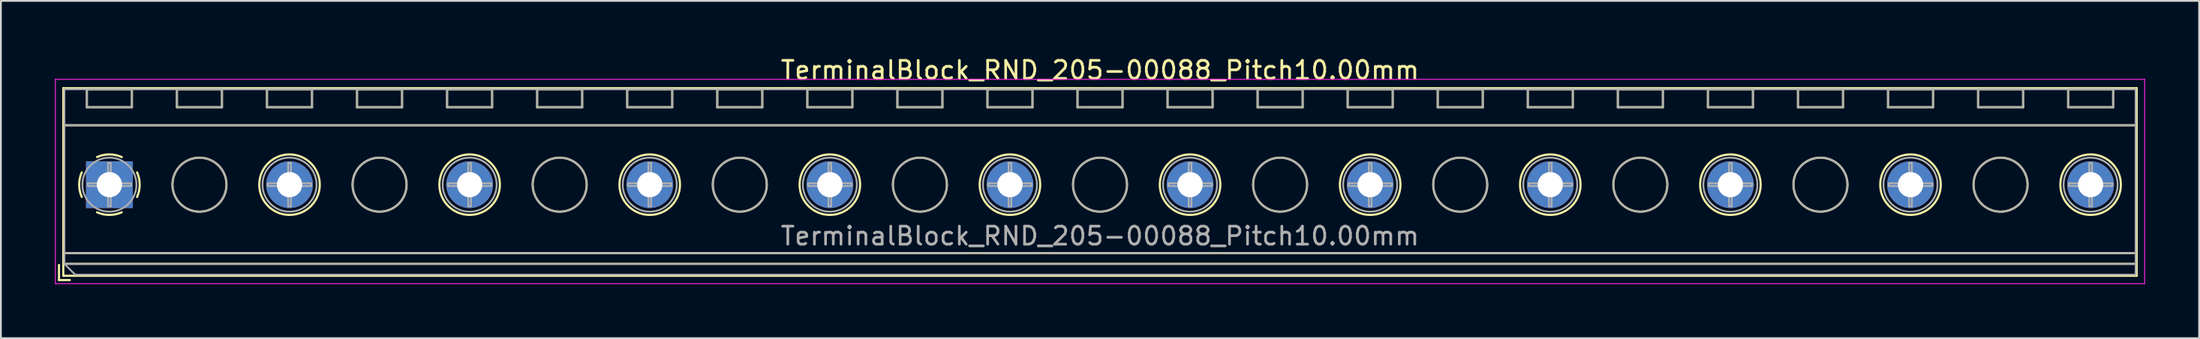
<source format=kicad_pcb>
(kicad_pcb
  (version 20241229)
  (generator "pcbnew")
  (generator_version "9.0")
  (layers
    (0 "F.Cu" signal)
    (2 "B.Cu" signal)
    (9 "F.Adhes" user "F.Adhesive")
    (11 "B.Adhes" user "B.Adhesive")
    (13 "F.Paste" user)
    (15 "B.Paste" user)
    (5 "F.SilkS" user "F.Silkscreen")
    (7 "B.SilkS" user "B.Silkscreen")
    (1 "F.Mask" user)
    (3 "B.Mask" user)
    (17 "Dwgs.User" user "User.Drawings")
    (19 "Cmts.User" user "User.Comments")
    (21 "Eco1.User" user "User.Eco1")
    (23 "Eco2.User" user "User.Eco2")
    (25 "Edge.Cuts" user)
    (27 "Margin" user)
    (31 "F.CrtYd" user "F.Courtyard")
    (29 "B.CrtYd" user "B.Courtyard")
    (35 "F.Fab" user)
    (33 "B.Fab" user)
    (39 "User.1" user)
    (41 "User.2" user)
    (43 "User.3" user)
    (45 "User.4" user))
  (footprint "TerminalBlock_RND_205-00088_Pitch10.00mm"
    (layer "F.Cu")
    (at 3.025 7.208)
    (property "Reference" "TerminalBlock_RND_205-00088_Pitch10.00mm" (at 55 -6.36 0) (layer "F.SilkS") (effects (font (size 1 1) (thickness 0.15))))
    (attr through_hole)
    (fp_line (start -2.8 4.46) (end -2.8 5.3) (stroke (width 0.12) (type solid)) (layer "F.SilkS"))
    (fp_line (start -2.8 5.3) (end -2.2 5.3) (stroke (width 0.12) (type solid)) (layer "F.SilkS"))
    (fp_line (start -2.56 -5.36) (end -2.56 5.06) (stroke (width 0.12) (type solid)) (layer "F.SilkS"))
    (fp_line (start -2.56 -3.3) (end 112.56 -3.3) (stroke (width 0.12) (type solid)) (layer "F.SilkS"))
    (fp_line (start -2.56 3.8) (end 112.56 3.8) (stroke (width 0.12) (type solid)) (layer "F.SilkS"))
    (fp_line (start -2.56 4.4) (end 112.56 4.4) (stroke (width 0.12) (type solid)) (layer "F.SilkS"))
    (fp_line (start -2.56 5.06) (end 112.56 5.06) (stroke (width 0.12) (type solid)) (layer "F.SilkS"))
    (fp_line (start -1.25 -5.301) (end -1.25 -4.301) (stroke (width 0.12) (type solid)) (layer "F.SilkS"))
    (fp_line (start -1.25 -5.301) (end 1.25 -5.301) (stroke (width 0.12) (type solid)) (layer "F.SilkS"))
    (fp_line (start -1.25 -4.301) (end 1.25 -4.301) (stroke (width 0.12) (type solid)) (layer "F.SilkS"))
    (fp_line (start 1.25 -5.301) (end 1.25 -4.301) (stroke (width 0.12) (type solid)) (layer "F.SilkS"))
    (fp_line (start 3.75 -5.301) (end 3.75 -4.301) (stroke (width 0.12) (type solid)) (layer "F.SilkS"))
    (fp_line (start 3.75 -5.301) (end 6.25 -5.301) (stroke (width 0.12) (type solid)) (layer "F.SilkS"))
    (fp_line (start 3.75 -4.301) (end 6.25 -4.301) (stroke (width 0.12) (type solid)) (layer "F.SilkS"))
    (fp_line (start 6.25 -5.301) (end 6.25 -4.301) (stroke (width 0.12) (type solid)) (layer "F.SilkS"))
    (fp_line (start 8.75 -5.301) (end 8.75 -4.301) (stroke (width 0.12) (type solid)) (layer "F.SilkS"))
    (fp_line (start 8.75 -5.301) (end 11.25 -5.301) (stroke (width 0.12) (type solid)) (layer "F.SilkS"))
    (fp_line (start 8.75 -4.301) (end 11.25 -4.301) (stroke (width 0.12) (type solid)) (layer "F.SilkS"))
    (fp_line (start 11.25 -5.301) (end 11.25 -4.301) (stroke (width 0.12) (type solid)) (layer "F.SilkS"))
    (fp_line (start 13.75 -5.301) (end 13.75 -4.301) (stroke (width 0.12) (type solid)) (layer "F.SilkS"))
    (fp_line (start 13.75 -5.301) (end 16.25 -5.301) (stroke (width 0.12) (type solid)) (layer "F.SilkS"))
    (fp_line (start 13.75 -4.301) (end 16.25 -4.301) (stroke (width 0.12) (type solid)) (layer "F.SilkS"))
    (fp_line (start 16.25 -5.301) (end 16.25 -4.301) (stroke (width 0.12) (type solid)) (layer "F.SilkS"))
    (fp_line (start 18.75 -5.301) (end 18.75 -4.301) (stroke (width 0.12) (type solid)) (layer "F.SilkS"))
    (fp_line (start 18.75 -5.301) (end 21.25 -5.301) (stroke (width 0.12) (type solid)) (layer "F.SilkS"))
    (fp_line (start 18.75 -4.301) (end 21.25 -4.301) (stroke (width 0.12) (type solid)) (layer "F.SilkS"))
    (fp_line (start 21.25 -5.301) (end 21.25 -4.301) (stroke (width 0.12) (type solid)) (layer "F.SilkS"))
    (fp_line (start 23.75 -5.301) (end 23.75 -4.301) (stroke (width 0.12) (type solid)) (layer "F.SilkS"))
    (fp_line (start 23.75 -5.301) (end 26.25 -5.301) (stroke (width 0.12) (type solid)) (layer "F.SilkS"))
    (fp_line (start 23.75 -4.301) (end 26.25 -4.301) (stroke (width 0.12) (type solid)) (layer "F.SilkS"))
    (fp_line (start 26.25 -5.301) (end 26.25 -4.301) (stroke (width 0.12) (type solid)) (layer "F.SilkS"))
    (fp_line (start 28.75 -5.301) (end 28.75 -4.301) (stroke (width 0.12) (type solid)) (layer "F.SilkS"))
    (fp_line (start 28.75 -5.301) (end 31.25 -5.301) (stroke (width 0.12) (type solid)) (layer "F.SilkS"))
    (fp_line (start 28.75 -4.301) (end 31.25 -4.301) (stroke (width 0.12) (type solid)) (layer "F.SilkS"))
    (fp_line (start 31.25 -5.301) (end 31.25 -4.301) (stroke (width 0.12) (type solid)) (layer "F.SilkS"))
    (fp_line (start 33.75 -5.301) (end 33.75 -4.301) (stroke (width 0.12) (type solid)) (layer "F.SilkS"))
    (fp_line (start 33.75 -5.301) (end 36.25 -5.301) (stroke (width 0.12) (type solid)) (layer "F.SilkS"))
    (fp_line (start 33.75 -4.301) (end 36.25 -4.301) (stroke (width 0.12) (type solid)) (layer "F.SilkS"))
    (fp_line (start 36.25 -5.301) (end 36.25 -4.301) (stroke (width 0.12) (type solid)) (layer "F.SilkS"))
    (fp_line (start 38.75 -5.301) (end 38.75 -4.301) (stroke (width 0.12) (type solid)) (layer "F.SilkS"))
    (fp_line (start 38.75 -5.301) (end 41.25 -5.301) (stroke (width 0.12) (type solid)) (layer "F.SilkS"))
    (fp_line (start 38.75 -4.301) (end 41.25 -4.301) (stroke (width 0.12) (type solid)) (layer "F.SilkS"))
    (fp_line (start 41.25 -5.301) (end 41.25 -4.301) (stroke (width 0.12) (type solid)) (layer "F.SilkS"))
    (fp_line (start 43.75 -5.301) (end 43.75 -4.301) (stroke (width 0.12) (type solid)) (layer "F.SilkS"))
    (fp_line (start 43.75 -5.301) (end 46.25 -5.301) (stroke (width 0.12) (type solid)) (layer "F.SilkS"))
    (fp_line (start 43.75 -4.301) (end 46.25 -4.301) (stroke (width 0.12) (type solid)) (layer "F.SilkS"))
    (fp_line (start 46.25 -5.301) (end 46.25 -4.301) (stroke (width 0.12) (type solid)) (layer "F.SilkS"))
    (fp_line (start 48.75 -5.301) (end 48.75 -4.301) (stroke (width 0.12) (type solid)) (layer "F.SilkS"))
    (fp_line (start 48.75 -5.301) (end 51.25 -5.301) (stroke (width 0.12) (type solid)) (layer "F.SilkS"))
    (fp_line (start 48.75 -4.301) (end 51.25 -4.301) (stroke (width 0.12) (type solid)) (layer "F.SilkS"))
    (fp_line (start 51.25 -5.301) (end 51.25 -4.301) (stroke (width 0.12) (type solid)) (layer "F.SilkS"))
    (fp_line (start 53.75 -5.301) (end 53.75 -4.301) (stroke (width 0.12) (type solid)) (layer "F.SilkS"))
    (fp_line (start 53.75 -5.301) (end 56.25 -5.301) (stroke (width 0.12) (type solid)) (layer "F.SilkS"))
    (fp_line (start 53.75 -4.301) (end 56.25 -4.301) (stroke (width 0.12) (type solid)) (layer "F.SilkS"))
    (fp_line (start 56.25 -5.301) (end 56.25 -4.301) (stroke (width 0.12) (type solid)) (layer "F.SilkS"))
    (fp_line (start 58.75 -5.301) (end 58.75 -4.301) (stroke (width 0.12) (type solid)) (layer "F.SilkS"))
    (fp_line (start 58.75 -5.301) (end 61.25 -5.301) (stroke (width 0.12) (type solid)) (layer "F.SilkS"))
    (fp_line (start 58.75 -4.301) (end 61.25 -4.301) (stroke (width 0.12) (type solid)) (layer "F.SilkS"))
    (fp_line (start 61.25 -5.301) (end 61.25 -4.301) (stroke (width 0.12) (type solid)) (layer "F.SilkS"))
    (fp_line (start 63.75 -5.301) (end 63.75 -4.301) (stroke (width 0.12) (type solid)) (layer "F.SilkS"))
    (fp_line (start 63.75 -5.301) (end 66.25 -5.301) (stroke (width 0.12) (type solid)) (layer "F.SilkS"))
    (fp_line (start 63.75 -4.301) (end 66.25 -4.301) (stroke (width 0.12) (type solid)) (layer "F.SilkS"))
    (fp_line (start 66.25 -5.301) (end 66.25 -4.301) (stroke (width 0.12) (type solid)) (layer "F.SilkS"))
    (fp_line (start 68.75 -5.301) (end 68.75 -4.301) (stroke (width 0.12) (type solid)) (layer "F.SilkS"))
    (fp_line (start 68.75 -5.301) (end 71.25 -5.301) (stroke (width 0.12) (type solid)) (layer "F.SilkS"))
    (fp_line (start 68.75 -4.301) (end 71.25 -4.301) (stroke (width 0.12) (type solid)) (layer "F.SilkS"))
    (fp_line (start 71.25 -5.301) (end 71.25 -4.301) (stroke (width 0.12) (type solid)) (layer "F.SilkS"))
    (fp_line (start 73.75 -5.301) (end 73.75 -4.301) (stroke (width 0.12) (type solid)) (layer "F.SilkS"))
    (fp_line (start 73.75 -5.301) (end 76.25 -5.301) (stroke (width 0.12) (type solid)) (layer "F.SilkS"))
    (fp_line (start 73.75 -4.301) (end 76.25 -4.301) (stroke (width 0.12) (type solid)) (layer "F.SilkS"))
    (fp_line (start 76.25 -5.301) (end 76.25 -4.301) (stroke (width 0.12) (type solid)) (layer "F.SilkS"))
    (fp_line (start 78.75 -5.301) (end 78.75 -4.301) (stroke (width 0.12) (type solid)) (layer "F.SilkS"))
    (fp_line (start 78.75 -5.301) (end 81.25 -5.301) (stroke (width 0.12) (type solid)) (layer "F.SilkS"))
    (fp_line (start 78.75 -4.301) (end 81.25 -4.301) (stroke (width 0.12) (type solid)) (layer "F.SilkS"))
    (fp_line (start 81.25 -5.301) (end 81.25 -4.301) (stroke (width 0.12) (type solid)) (layer "F.SilkS"))
    (fp_line (start 83.75 -5.301) (end 83.75 -4.301) (stroke (width 0.12) (type solid)) (layer "F.SilkS"))
    (fp_line (start 83.75 -5.301) (end 86.25 -5.301) (stroke (width 0.12) (type solid)) (layer "F.SilkS"))
    (fp_line (start 83.75 -4.301) (end 86.25 -4.301) (stroke (width 0.12) (type solid)) (layer "F.SilkS"))
    (fp_line (start 86.25 -5.301) (end 86.25 -4.301) (stroke (width 0.12) (type solid)) (layer "F.SilkS"))
    (fp_line (start 88.75 -5.301) (end 88.75 -4.301) (stroke (width 0.12) (type solid)) (layer "F.SilkS"))
    (fp_line (start 88.75 -5.301) (end 91.25 -5.301) (stroke (width 0.12) (type solid)) (layer "F.SilkS"))
    (fp_line (start 88.75 -4.301) (end 91.25 -4.301) (stroke (width 0.12) (type solid)) (layer "F.SilkS"))
    (fp_line (start 91.25 -5.301) (end 91.25 -4.301) (stroke (width 0.12) (type solid)) (layer "F.SilkS"))
    (fp_line (start 93.75 -5.301) (end 93.75 -4.301) (stroke (width 0.12) (type solid)) (layer "F.SilkS"))
    (fp_line (start 93.75 -5.301) (end 96.25 -5.301) (stroke (width 0.12) (type solid)) (layer "F.SilkS"))
    (fp_line (start 93.75 -4.301) (end 96.25 -4.301) (stroke (width 0.12) (type solid)) (layer "F.SilkS"))
    (fp_line (start 96.25 -5.301) (end 96.25 -4.301) (stroke (width 0.12) (type solid)) (layer "F.SilkS"))
    (fp_line (start 98.75 -5.301) (end 98.75 -4.301) (stroke (width 0.12) (type solid)) (layer "F.SilkS"))
    (fp_line (start 98.75 -5.301) (end 101.25 -5.301) (stroke (width 0.12) (type solid)) (layer "F.SilkS"))
    (fp_line (start 98.75 -4.301) (end 101.25 -4.301) (stroke (width 0.12) (type solid)) (layer "F.SilkS"))
    (fp_line (start 101.25 -5.301) (end 101.25 -4.301) (stroke (width 0.12) (type solid)) (layer "F.SilkS"))
    (fp_line (start 103.75 -5.301) (end 103.75 -4.301) (stroke (width 0.12) (type solid)) (layer "F.SilkS"))
    (fp_line (start 103.75 -5.301) (end 106.25 -5.301) (stroke (width 0.12) (type solid)) (layer "F.SilkS"))
    (fp_line (start 103.75 -4.301) (end 106.25 -4.301) (stroke (width 0.12) (type solid)) (layer "F.SilkS"))
    (fp_line (start 106.25 -5.301) (end 106.25 -4.301) (stroke (width 0.12) (type solid)) (layer "F.SilkS"))
    (fp_line (start 108.75 -5.301) (end 108.75 -4.301) (stroke (width 0.12) (type solid)) (layer "F.SilkS"))
    (fp_line (start 108.75 -5.301) (end 111.25 -5.301) (stroke (width 0.12) (type solid)) (layer "F.SilkS"))
    (fp_line (start 108.75 -4.301) (end 111.25 -4.301) (stroke (width 0.12) (type solid)) (layer "F.SilkS"))
    (fp_line (start 111.25 -5.301) (end 111.25 -4.301) (stroke (width 0.12) (type solid)) (layer "F.SilkS"))
    (fp_line (start 112.56 -5.36) (end -2.56 -5.36) (stroke (width 0.12) (type solid)) (layer "F.SilkS"))
    (fp_line (start 112.56 5.06) (end 112.56 -5.36) (stroke (width 0.12) (type solid)) (layer "F.SilkS"))
    (fp_arc (start -1.535427 0.683042) (mid -1.680501 -0.000524) (end -1.535 -0.684) (stroke (width 0.12) (type solid)) (layer "F.SilkS"))
    (fp_arc (start -0.683042 -1.535427) (mid 0.000524 -1.680501) (end 0.684 -1.535) (stroke (width 0.12) (type solid)) (layer "F.SilkS"))
    (fp_arc (start 0.028805 1.680253) (mid -0.335551 1.646659) (end -0.684 1.535) (stroke (width 0.12) (type solid)) (layer "F.SilkS"))
    (fp_arc (start 0.683318 1.534756) (mid 0.349292 1.643288) (end 0 1.68) (stroke (width 0.12) (type solid)) (layer "F.SilkS"))
    (fp_arc (start 1.535427 -0.683042) (mid 1.680501 0.000524) (end 1.535 0.684) (stroke (width 0.12) (type solid)) (layer "F.SilkS"))
    (fp_circle (center 5 0) (end 6.5 0) (stroke (width 0.12) (type solid)) (fill no) (layer "F.SilkS"))
    (fp_circle (center 10 0) (end 11.68 0) (stroke (width 0.12) (type solid)) (fill no) (layer "F.SilkS"))
    (fp_circle (center 15 0) (end 16.5 0) (stroke (width 0.12) (type solid)) (fill no) (layer "F.SilkS"))
    (fp_circle (center 20 0) (end 21.68 0) (stroke (width 0.12) (type solid)) (fill no) (layer "F.SilkS"))
    (fp_circle (center 25 0) (end 26.5 0) (stroke (width 0.12) (type solid)) (fill no) (layer "F.SilkS"))
    (fp_circle (center 30 0) (end 31.68 0) (stroke (width 0.12) (type solid)) (fill no) (layer "F.SilkS"))
    (fp_circle (center 35 0) (end 36.5 0) (stroke (width 0.12) (type solid)) (fill no) (layer "F.SilkS"))
    (fp_circle (center 40 0) (end 41.68 0) (stroke (width 0.12) (type solid)) (fill no) (layer "F.SilkS"))
    (fp_circle (center 45 0) (end 46.5 0) (stroke (width 0.12) (type solid)) (fill no) (layer "F.SilkS"))
    (fp_circle (center 50 0) (end 51.68 0) (stroke (width 0.12) (type solid)) (fill no) (layer "F.SilkS"))
    (fp_circle (center 55 0) (end 56.5 0) (stroke (width 0.12) (type solid)) (fill no) (layer "F.SilkS"))
    (fp_circle (center 60 0) (end 61.68 0) (stroke (width 0.12) (type solid)) (fill no) (layer "F.SilkS"))
    (fp_circle (center 65 0) (end 66.5 0) (stroke (width 0.12) (type solid)) (fill no) (layer "F.SilkS"))
    (fp_circle (center 70 0) (end 71.68 0) (stroke (width 0.12) (type solid)) (fill no) (layer "F.SilkS"))
    (fp_circle (center 75 0) (end 76.5 0) (stroke (width 0.12) (type solid)) (fill no) (layer "F.SilkS"))
    (fp_circle (center 80 0) (end 81.68 0) (stroke (width 0.12) (type solid)) (fill no) (layer "F.SilkS"))
    (fp_circle (center 85 0) (end 86.5 0) (stroke (width 0.12) (type solid)) (fill no) (layer "F.SilkS"))
    (fp_circle (center 90 0) (end 91.68 0) (stroke (width 0.12) (type solid)) (fill no) (layer "F.SilkS"))
    (fp_circle (center 95 0) (end 96.5 0) (stroke (width 0.12) (type solid)) (fill no) (layer "F.SilkS"))
    (fp_circle (center 100 0) (end 101.68 0) (stroke (width 0.12) (type solid)) (fill no) (layer "F.SilkS"))
    (fp_circle (center 105 0) (end 106.5 0) (stroke (width 0.12) (type solid)) (fill no) (layer "F.SilkS"))
    (fp_circle (center 110 0) (end 111.68 0) (stroke (width 0.12) (type solid)) (fill no) (layer "F.SilkS"))
    (fp_line (start -3 -5.85) (end -3 5.5) (stroke (width 0.05) (type solid)) (layer "F.CrtYd"))
    (fp_line (start -3 5.5) (end 113 5.5) (stroke (width 0.05) (type solid)) (layer "F.CrtYd"))
    (fp_line (start 113 -5.85) (end -3 -5.85) (stroke (width 0.05) (type solid)) (layer "F.CrtYd"))
    (fp_line (start 113 5.5) (end 113 -5.85) (stroke (width 0.05) (type solid)) (layer "F.CrtYd"))
    (fp_line (start -2.5 -5.3) (end 112.5 -5.3) (stroke (width 0.1) (type solid)) (layer "F.Fab"))
    (fp_line (start -2.5 -3.3) (end 112.5 -3.3) (stroke (width 0.1) (type solid)) (layer "F.Fab"))
    (fp_line (start -2.5 3.8) (end 112.5 3.8) (stroke (width 0.1) (type solid)) (layer "F.Fab"))
    (fp_line (start -2.5 4.4) (end -2.5 -5.3) (stroke (width 0.1) (type solid)) (layer "F.Fab"))
    (fp_line (start -2.5 4.4) (end 112.5 4.4) (stroke (width 0.1) (type solid)) (layer "F.Fab"))
    (fp_line (start -1.9 5) (end -2.5 4.4) (stroke (width 0.1) (type solid)) (layer "F.Fab"))
    (fp_line (start -1.25 -5.3) (end -1.25 -4.3) (stroke (width 0.1) (type solid)) (layer "F.Fab"))
    (fp_line (start -1.25 -4.3) (end 1.25 -4.3) (stroke (width 0.1) (type solid)) (layer "F.Fab"))
    (fp_line (start -1.201 -0.076) (end -0.076 -0.076) (stroke (width 0.1) (type solid)) (layer "F.Fab"))
    (fp_line (start -1.201 0.076) (end -1.201 -0.076) (stroke (width 0.1) (type solid)) (layer "F.Fab"))
    (fp_line (start -0.076 -1.201) (end 0.076 -1.201) (stroke (width 0.1) (type solid)) (layer "F.Fab"))
    (fp_line (start -0.076 -0.076) (end -0.076 -1.201) (stroke (width 0.1) (type solid)) (layer "F.Fab"))
    (fp_line (start -0.076 0.076) (end -1.201 0.076) (stroke (width 0.1) (type solid)) (layer "F.Fab"))
    (fp_line (start -0.076 1.201) (end -0.076 0.076) (stroke (width 0.1) (type solid)) (layer "F.Fab"))
    (fp_line (start 0.076 -1.201) (end 0.076 -0.076) (stroke (width 0.1) (type solid)) (layer "F.Fab"))
    (fp_line (start 0.076 -0.076) (end 1.201 -0.076) (stroke (width 0.1) (type solid)) (layer "F.Fab"))
    (fp_line (start 0.076 0.076) (end 0.076 1.201) (stroke (width 0.1) (type solid)) (layer "F.Fab"))
    (fp_line (start 0.076 1.201) (end -0.076 1.201) (stroke (width 0.1) (type solid)) (layer "F.Fab"))
    (fp_line (start 1.201 -0.076) (end 1.201 0.076) (stroke (width 0.1) (type solid)) (layer "F.Fab"))
    (fp_line (start 1.201 0.076) (end 0.076 0.076) (stroke (width 0.1) (type solid)) (layer "F.Fab"))
    (fp_line (start 1.25 -5.3) (end -1.25 -5.3) (stroke (width 0.1) (type solid)) (layer "F.Fab"))
    (fp_line (start 1.25 -4.3) (end 1.25 -5.3) (stroke (width 0.1) (type solid)) (layer "F.Fab"))
    (fp_line (start 3.75 -5.3) (end 3.75 -4.3) (stroke (width 0.1) (type solid)) (layer "F.Fab"))
    (fp_line (start 3.75 -4.3) (end 6.25 -4.3) (stroke (width 0.1) (type solid)) (layer "F.Fab"))
    (fp_line (start 6.25 -5.3) (end 3.75 -5.3) (stroke (width 0.1) (type solid)) (layer "F.Fab"))
    (fp_line (start 6.25 -4.3) (end 6.25 -5.3) (stroke (width 0.1) (type solid)) (layer "F.Fab"))
    (fp_line (start 8.75 -5.3) (end 8.75 -4.3) (stroke (width 0.1) (type solid)) (layer "F.Fab"))
    (fp_line (start 8.75 -4.3) (end 11.25 -4.3) (stroke (width 0.1) (type solid)) (layer "F.Fab"))
    (fp_line (start 8.799 -0.076) (end 9.924 -0.076) (stroke (width 0.1) (type solid)) (layer "F.Fab"))
    (fp_line (start 8.799 0.076) (end 8.799 -0.076) (stroke (width 0.1) (type solid)) (layer "F.Fab"))
    (fp_line (start 9.924 -1.201) (end 10.076 -1.201) (stroke (width 0.1) (type solid)) (layer "F.Fab"))
    (fp_line (start 9.924 -0.076) (end 9.924 -1.201) (stroke (width 0.1) (type solid)) (layer "F.Fab"))
    (fp_line (start 9.924 0.076) (end 8.799 0.076) (stroke (width 0.1) (type solid)) (layer "F.Fab"))
    (fp_line (start 9.924 1.201) (end 9.924 0.076) (stroke (width 0.1) (type solid)) (layer "F.Fab"))
    (fp_line (start 10.076 -1.201) (end 10.076 -0.076) (stroke (width 0.1) (type solid)) (layer "F.Fab"))
    (fp_line (start 10.076 -0.076) (end 11.201 -0.076) (stroke (width 0.1) (type solid)) (layer "F.Fab"))
    (fp_line (start 10.076 0.076) (end 10.076 1.201) (stroke (width 0.1) (type solid)) (layer "F.Fab"))
    (fp_line (start 10.076 1.201) (end 9.924 1.201) (stroke (width 0.1) (type solid)) (layer "F.Fab"))
    (fp_line (start 11.201 -0.076) (end 11.201 0.076) (stroke (width 0.1) (type solid)) (layer "F.Fab"))
    (fp_line (start 11.201 0.076) (end 10.076 0.076) (stroke (width 0.1) (type solid)) (layer "F.Fab"))
    (fp_line (start 11.25 -5.3) (end 8.75 -5.3) (stroke (width 0.1) (type solid)) (layer "F.Fab"))
    (fp_line (start 11.25 -4.3) (end 11.25 -5.3) (stroke (width 0.1) (type solid)) (layer "F.Fab"))
    (fp_line (start 13.75 -5.3) (end 13.75 -4.3) (stroke (width 0.1) (type solid)) (layer "F.Fab"))
    (fp_line (start 13.75 -4.3) (end 16.25 -4.3) (stroke (width 0.1) (type solid)) (layer "F.Fab"))
    (fp_line (start 16.25 -5.3) (end 13.75 -5.3) (stroke (width 0.1) (type solid)) (layer "F.Fab"))
    (fp_line (start 16.25 -4.3) (end 16.25 -5.3) (stroke (width 0.1) (type solid)) (layer "F.Fab"))
    (fp_line (start 18.75 -5.3) (end 18.75 -4.3) (stroke (width 0.1) (type solid)) (layer "F.Fab"))
    (fp_line (start 18.75 -4.3) (end 21.25 -4.3) (stroke (width 0.1) (type solid)) (layer "F.Fab"))
    (fp_line (start 18.799 -0.076) (end 19.924 -0.076) (stroke (width 0.1) (type solid)) (layer "F.Fab"))
    (fp_line (start 18.799 0.076) (end 18.799 -0.076) (stroke (width 0.1) (type solid)) (layer "F.Fab"))
    (fp_line (start 19.924 -1.201) (end 20.076 -1.201) (stroke (width 0.1) (type solid)) (layer "F.Fab"))
    (fp_line (start 19.924 -0.076) (end 19.924 -1.201) (stroke (width 0.1) (type solid)) (layer "F.Fab"))
    (fp_line (start 19.924 0.076) (end 18.799 0.076) (stroke (width 0.1) (type solid)) (layer "F.Fab"))
    (fp_line (start 19.924 1.201) (end 19.924 0.076) (stroke (width 0.1) (type solid)) (layer "F.Fab"))
    (fp_line (start 20.076 -1.201) (end 20.076 -0.076) (stroke (width 0.1) (type solid)) (layer "F.Fab"))
    (fp_line (start 20.076 -0.076) (end 21.201 -0.076) (stroke (width 0.1) (type solid)) (layer "F.Fab"))
    (fp_line (start 20.076 0.076) (end 20.076 1.201) (stroke (width 0.1) (type solid)) (layer "F.Fab"))
    (fp_line (start 20.076 1.201) (end 19.924 1.201) (stroke (width 0.1) (type solid)) (layer "F.Fab"))
    (fp_line (start 21.201 -0.076) (end 21.201 0.076) (stroke (width 0.1) (type solid)) (layer "F.Fab"))
    (fp_line (start 21.201 0.076) (end 20.076 0.076) (stroke (width 0.1) (type solid)) (layer "F.Fab"))
    (fp_line (start 21.25 -5.3) (end 18.75 -5.3) (stroke (width 0.1) (type solid)) (layer "F.Fab"))
    (fp_line (start 21.25 -4.3) (end 21.25 -5.3) (stroke (width 0.1) (type solid)) (layer "F.Fab"))
    (fp_line (start 23.75 -5.3) (end 23.75 -4.3) (stroke (width 0.1) (type solid)) (layer "F.Fab"))
    (fp_line (start 23.75 -4.3) (end 26.25 -4.3) (stroke (width 0.1) (type solid)) (layer "F.Fab"))
    (fp_line (start 26.25 -5.3) (end 23.75 -5.3) (stroke (width 0.1) (type solid)) (layer "F.Fab"))
    (fp_line (start 26.25 -4.3) (end 26.25 -5.3) (stroke (width 0.1) (type solid)) (layer "F.Fab"))
    (fp_line (start 28.75 -5.3) (end 28.75 -4.3) (stroke (width 0.1) (type solid)) (layer "F.Fab"))
    (fp_line (start 28.75 -4.3) (end 31.25 -4.3) (stroke (width 0.1) (type solid)) (layer "F.Fab"))
    (fp_line (start 28.799 -0.076) (end 29.924 -0.076) (stroke (width 0.1) (type solid)) (layer "F.Fab"))
    (fp_line (start 28.799 0.076) (end 28.799 -0.076) (stroke (width 0.1) (type solid)) (layer "F.Fab"))
    (fp_line (start 29.924 -1.201) (end 30.076 -1.201) (stroke (width 0.1) (type solid)) (layer "F.Fab"))
    (fp_line (start 29.924 -0.076) (end 29.924 -1.201) (stroke (width 0.1) (type solid)) (layer "F.Fab"))
    (fp_line (start 29.924 0.076) (end 28.799 0.076) (stroke (width 0.1) (type solid)) (layer "F.Fab"))
    (fp_line (start 29.924 1.201) (end 29.924 0.076) (stroke (width 0.1) (type solid)) (layer "F.Fab"))
    (fp_line (start 30.076 -1.201) (end 30.076 -0.076) (stroke (width 0.1) (type solid)) (layer "F.Fab"))
    (fp_line (start 30.076 -0.076) (end 31.201 -0.076) (stroke (width 0.1) (type solid)) (layer "F.Fab"))
    (fp_line (start 30.076 0.076) (end 30.076 1.201) (stroke (width 0.1) (type solid)) (layer "F.Fab"))
    (fp_line (start 30.076 1.201) (end 29.924 1.201) (stroke (width 0.1) (type solid)) (layer "F.Fab"))
    (fp_line (start 31.201 -0.076) (end 31.201 0.076) (stroke (width 0.1) (type solid)) (layer "F.Fab"))
    (fp_line (start 31.201 0.076) (end 30.076 0.076) (stroke (width 0.1) (type solid)) (layer "F.Fab"))
    (fp_line (start 31.25 -5.3) (end 28.75 -5.3) (stroke (width 0.1) (type solid)) (layer "F.Fab"))
    (fp_line (start 31.25 -4.3) (end 31.25 -5.3) (stroke (width 0.1) (type solid)) (layer "F.Fab"))
    (fp_line (start 33.75 -5.3) (end 33.75 -4.3) (stroke (width 0.1) (type solid)) (layer "F.Fab"))
    (fp_line (start 33.75 -4.3) (end 36.25 -4.3) (stroke (width 0.1) (type solid)) (layer "F.Fab"))
    (fp_line (start 36.25 -5.3) (end 33.75 -5.3) (stroke (width 0.1) (type solid)) (layer "F.Fab"))
    (fp_line (start 36.25 -4.3) (end 36.25 -5.3) (stroke (width 0.1) (type solid)) (layer "F.Fab"))
    (fp_line (start 38.75 -5.3) (end 38.75 -4.3) (stroke (width 0.1) (type solid)) (layer "F.Fab"))
    (fp_line (start 38.75 -4.3) (end 41.25 -4.3) (stroke (width 0.1) (type solid)) (layer "F.Fab"))
    (fp_line (start 38.799 -0.076) (end 39.924 -0.076) (stroke (width 0.1) (type solid)) (layer "F.Fab"))
    (fp_line (start 38.799 0.076) (end 38.799 -0.076) (stroke (width 0.1) (type solid)) (layer "F.Fab"))
    (fp_line (start 39.924 -1.201) (end 40.076 -1.201) (stroke (width 0.1) (type solid)) (layer "F.Fab"))
    (fp_line (start 39.924 -0.076) (end 39.924 -1.201) (stroke (width 0.1) (type solid)) (layer "F.Fab"))
    (fp_line (start 39.924 0.076) (end 38.799 0.076) (stroke (width 0.1) (type solid)) (layer "F.Fab"))
    (fp_line (start 39.924 1.201) (end 39.924 0.076) (stroke (width 0.1) (type solid)) (layer "F.Fab"))
    (fp_line (start 40.076 -1.201) (end 40.076 -0.076) (stroke (width 0.1) (type solid)) (layer "F.Fab"))
    (fp_line (start 40.076 -0.076) (end 41.201 -0.076) (stroke (width 0.1) (type solid)) (layer "F.Fab"))
    (fp_line (start 40.076 0.076) (end 40.076 1.201) (stroke (width 0.1) (type solid)) (layer "F.Fab"))
    (fp_line (start 40.076 1.201) (end 39.924 1.201) (stroke (width 0.1) (type solid)) (layer "F.Fab"))
    (fp_line (start 41.201 -0.076) (end 41.201 0.076) (stroke (width 0.1) (type solid)) (layer "F.Fab"))
    (fp_line (start 41.201 0.076) (end 40.076 0.076) (stroke (width 0.1) (type solid)) (layer "F.Fab"))
    (fp_line (start 41.25 -5.3) (end 38.75 -5.3) (stroke (width 0.1) (type solid)) (layer "F.Fab"))
    (fp_line (start 41.25 -4.3) (end 41.25 -5.3) (stroke (width 0.1) (type solid)) (layer "F.Fab"))
    (fp_line (start 43.75 -5.3) (end 43.75 -4.3) (stroke (width 0.1) (type solid)) (layer "F.Fab"))
    (fp_line (start 43.75 -4.3) (end 46.25 -4.3) (stroke (width 0.1) (type solid)) (layer "F.Fab"))
    (fp_line (start 46.25 -5.3) (end 43.75 -5.3) (stroke (width 0.1) (type solid)) (layer "F.Fab"))
    (fp_line (start 46.25 -4.3) (end 46.25 -5.3) (stroke (width 0.1) (type solid)) (layer "F.Fab"))
    (fp_line (start 48.75 -5.3) (end 48.75 -4.3) (stroke (width 0.1) (type solid)) (layer "F.Fab"))
    (fp_line (start 48.75 -4.3) (end 51.25 -4.3) (stroke (width 0.1) (type solid)) (layer "F.Fab"))
    (fp_line (start 48.799 -0.076) (end 49.924 -0.076) (stroke (width 0.1) (type solid)) (layer "F.Fab"))
    (fp_line (start 48.799 0.076) (end 48.799 -0.076) (stroke (width 0.1) (type solid)) (layer "F.Fab"))
    (fp_line (start 49.924 -1.201) (end 50.076 -1.201) (stroke (width 0.1) (type solid)) (layer "F.Fab"))
    (fp_line (start 49.924 -0.076) (end 49.924 -1.201) (stroke (width 0.1) (type solid)) (layer "F.Fab"))
    (fp_line (start 49.924 0.076) (end 48.799 0.076) (stroke (width 0.1) (type solid)) (layer "F.Fab"))
    (fp_line (start 49.924 1.201) (end 49.924 0.076) (stroke (width 0.1) (type solid)) (layer "F.Fab"))
    (fp_line (start 50.076 -1.201) (end 50.076 -0.076) (stroke (width 0.1) (type solid)) (layer "F.Fab"))
    (fp_line (start 50.076 -0.076) (end 51.201 -0.076) (stroke (width 0.1) (type solid)) (layer "F.Fab"))
    (fp_line (start 50.076 0.076) (end 50.076 1.201) (stroke (width 0.1) (type solid)) (layer "F.Fab"))
    (fp_line (start 50.076 1.201) (end 49.924 1.201) (stroke (width 0.1) (type solid)) (layer "F.Fab"))
    (fp_line (start 51.201 -0.076) (end 51.201 0.076) (stroke (width 0.1) (type solid)) (layer "F.Fab"))
    (fp_line (start 51.201 0.076) (end 50.076 0.076) (stroke (width 0.1) (type solid)) (layer "F.Fab"))
    (fp_line (start 51.25 -5.3) (end 48.75 -5.3) (stroke (width 0.1) (type solid)) (layer "F.Fab"))
    (fp_line (start 51.25 -4.3) (end 51.25 -5.3) (stroke (width 0.1) (type solid)) (layer "F.Fab"))
    (fp_line (start 53.75 -5.3) (end 53.75 -4.3) (stroke (width 0.1) (type solid)) (layer "F.Fab"))
    (fp_line (start 53.75 -4.3) (end 56.25 -4.3) (stroke (width 0.1) (type solid)) (layer "F.Fab"))
    (fp_line (start 56.25 -5.3) (end 53.75 -5.3) (stroke (width 0.1) (type solid)) (layer "F.Fab"))
    (fp_line (start 56.25 -4.3) (end 56.25 -5.3) (stroke (width 0.1) (type solid)) (layer "F.Fab"))
    (fp_line (start 58.75 -5.3) (end 58.75 -4.3) (stroke (width 0.1) (type solid)) (layer "F.Fab"))
    (fp_line (start 58.75 -4.3) (end 61.25 -4.3) (stroke (width 0.1) (type solid)) (layer "F.Fab"))
    (fp_line (start 58.799 -0.076) (end 59.924 -0.076) (stroke (width 0.1) (type solid)) (layer "F.Fab"))
    (fp_line (start 58.799 0.076) (end 58.799 -0.076) (stroke (width 0.1) (type solid)) (layer "F.Fab"))
    (fp_line (start 59.924 -1.201) (end 60.076 -1.201) (stroke (width 0.1) (type solid)) (layer "F.Fab"))
    (fp_line (start 59.924 -0.076) (end 59.924 -1.201) (stroke (width 0.1) (type solid)) (layer "F.Fab"))
    (fp_line (start 59.924 0.076) (end 58.799 0.076) (stroke (width 0.1) (type solid)) (layer "F.Fab"))
    (fp_line (start 59.924 1.201) (end 59.924 0.076) (stroke (width 0.1) (type solid)) (layer "F.Fab"))
    (fp_line (start 60.076 -1.201) (end 60.076 -0.076) (stroke (width 0.1) (type solid)) (layer "F.Fab"))
    (fp_line (start 60.076 -0.076) (end 61.201 -0.076) (stroke (width 0.1) (type solid)) (layer "F.Fab"))
    (fp_line (start 60.076 0.076) (end 60.076 1.201) (stroke (width 0.1) (type solid)) (layer "F.Fab"))
    (fp_line (start 60.076 1.201) (end 59.924 1.201) (stroke (width 0.1) (type solid)) (layer "F.Fab"))
    (fp_line (start 61.201 -0.076) (end 61.201 0.076) (stroke (width 0.1) (type solid)) (layer "F.Fab"))
    (fp_line (start 61.201 0.076) (end 60.076 0.076) (stroke (width 0.1) (type solid)) (layer "F.Fab"))
    (fp_line (start 61.25 -5.3) (end 58.75 -5.3) (stroke (width 0.1) (type solid)) (layer "F.Fab"))
    (fp_line (start 61.25 -4.3) (end 61.25 -5.3) (stroke (width 0.1) (type solid)) (layer "F.Fab"))
    (fp_line (start 63.75 -5.3) (end 63.75 -4.3) (stroke (width 0.1) (type solid)) (layer "F.Fab"))
    (fp_line (start 63.75 -4.3) (end 66.25 -4.3) (stroke (width 0.1) (type solid)) (layer "F.Fab"))
    (fp_line (start 66.25 -5.3) (end 63.75 -5.3) (stroke (width 0.1) (type solid)) (layer "F.Fab"))
    (fp_line (start 66.25 -4.3) (end 66.25 -5.3) (stroke (width 0.1) (type solid)) (layer "F.Fab"))
    (fp_line (start 68.75 -5.3) (end 68.75 -4.3) (stroke (width 0.1) (type solid)) (layer "F.Fab"))
    (fp_line (start 68.75 -4.3) (end 71.25 -4.3) (stroke (width 0.1) (type solid)) (layer "F.Fab"))
    (fp_line (start 68.799 -0.076) (end 69.924 -0.076) (stroke (width 0.1) (type solid)) (layer "F.Fab"))
    (fp_line (start 68.799 0.076) (end 68.799 -0.076) (stroke (width 0.1) (type solid)) (layer "F.Fab"))
    (fp_line (start 69.924 -1.201) (end 70.076 -1.201) (stroke (width 0.1) (type solid)) (layer "F.Fab"))
    (fp_line (start 69.924 -0.076) (end 69.924 -1.201) (stroke (width 0.1) (type solid)) (layer "F.Fab"))
    (fp_line (start 69.924 0.076) (end 68.799 0.076) (stroke (width 0.1) (type solid)) (layer "F.Fab"))
    (fp_line (start 69.924 1.201) (end 69.924 0.076) (stroke (width 0.1) (type solid)) (layer "F.Fab"))
    (fp_line (start 70.076 -1.201) (end 70.076 -0.076) (stroke (width 0.1) (type solid)) (layer "F.Fab"))
    (fp_line (start 70.076 -0.076) (end 71.201 -0.076) (stroke (width 0.1) (type solid)) (layer "F.Fab"))
    (fp_line (start 70.076 0.076) (end 70.076 1.201) (stroke (width 0.1) (type solid)) (layer "F.Fab"))
    (fp_line (start 70.076 1.201) (end 69.924 1.201) (stroke (width 0.1) (type solid)) (layer "F.Fab"))
    (fp_line (start 71.201 -0.076) (end 71.201 0.076) (stroke (width 0.1) (type solid)) (layer "F.Fab"))
    (fp_line (start 71.201 0.076) (end 70.076 0.076) (stroke (width 0.1) (type solid)) (layer "F.Fab"))
    (fp_line (start 71.25 -5.3) (end 68.75 -5.3) (stroke (width 0.1) (type solid)) (layer "F.Fab"))
    (fp_line (start 71.25 -4.3) (end 71.25 -5.3) (stroke (width 0.1) (type solid)) (layer "F.Fab"))
    (fp_line (start 73.75 -5.3) (end 73.75 -4.3) (stroke (width 0.1) (type solid)) (layer "F.Fab"))
    (fp_line (start 73.75 -4.3) (end 76.25 -4.3) (stroke (width 0.1) (type solid)) (layer "F.Fab"))
    (fp_line (start 76.25 -5.3) (end 73.75 -5.3) (stroke (width 0.1) (type solid)) (layer "F.Fab"))
    (fp_line (start 76.25 -4.3) (end 76.25 -5.3) (stroke (width 0.1) (type solid)) (layer "F.Fab"))
    (fp_line (start 78.75 -5.3) (end 78.75 -4.3) (stroke (width 0.1) (type solid)) (layer "F.Fab"))
    (fp_line (start 78.75 -4.3) (end 81.25 -4.3) (stroke (width 0.1) (type solid)) (layer "F.Fab"))
    (fp_line (start 78.799 -0.076) (end 79.924 -0.076) (stroke (width 0.1) (type solid)) (layer "F.Fab"))
    (fp_line (start 78.799 0.076) (end 78.799 -0.076) (stroke (width 0.1) (type solid)) (layer "F.Fab"))
    (fp_line (start 79.924 -1.201) (end 80.076 -1.201) (stroke (width 0.1) (type solid)) (layer "F.Fab"))
    (fp_line (start 79.924 -0.076) (end 79.924 -1.201) (stroke (width 0.1) (type solid)) (layer "F.Fab"))
    (fp_line (start 79.924 0.076) (end 78.799 0.076) (stroke (width 0.1) (type solid)) (layer "F.Fab"))
    (fp_line (start 79.924 1.201) (end 79.924 0.076) (stroke (width 0.1) (type solid)) (layer "F.Fab"))
    (fp_line (start 80.076 -1.201) (end 80.076 -0.076) (stroke (width 0.1) (type solid)) (layer "F.Fab"))
    (fp_line (start 80.076 -0.076) (end 81.201 -0.076) (stroke (width 0.1) (type solid)) (layer "F.Fab"))
    (fp_line (start 80.076 0.076) (end 80.076 1.201) (stroke (width 0.1) (type solid)) (layer "F.Fab"))
    (fp_line (start 80.076 1.201) (end 79.924 1.201) (stroke (width 0.1) (type solid)) (layer "F.Fab"))
    (fp_line (start 81.201 -0.076) (end 81.201 0.076) (stroke (width 0.1) (type solid)) (layer "F.Fab"))
    (fp_line (start 81.201 0.076) (end 80.076 0.076) (stroke (width 0.1) (type solid)) (layer "F.Fab"))
    (fp_line (start 81.25 -5.3) (end 78.75 -5.3) (stroke (width 0.1) (type solid)) (layer "F.Fab"))
    (fp_line (start 81.25 -4.3) (end 81.25 -5.3) (stroke (width 0.1) (type solid)) (layer "F.Fab"))
    (fp_line (start 83.75 -5.3) (end 83.75 -4.3) (stroke (width 0.1) (type solid)) (layer "F.Fab"))
    (fp_line (start 83.75 -4.3) (end 86.25 -4.3) (stroke (width 0.1) (type solid)) (layer "F.Fab"))
    (fp_line (start 86.25 -5.3) (end 83.75 -5.3) (stroke (width 0.1) (type solid)) (layer "F.Fab"))
    (fp_line (start 86.25 -4.3) (end 86.25 -5.3) (stroke (width 0.1) (type solid)) (layer "F.Fab"))
    (fp_line (start 88.75 -5.3) (end 88.75 -4.3) (stroke (width 0.1) (type solid)) (layer "F.Fab"))
    (fp_line (start 88.75 -4.3) (end 91.25 -4.3) (stroke (width 0.1) (type solid)) (layer "F.Fab"))
    (fp_line (start 88.799 -0.076) (end 89.924 -0.076) (stroke (width 0.1) (type solid)) (layer "F.Fab"))
    (fp_line (start 88.799 0.076) (end 88.799 -0.076) (stroke (width 0.1) (type solid)) (layer "F.Fab"))
    (fp_line (start 89.924 -1.201) (end 90.076 -1.201) (stroke (width 0.1) (type solid)) (layer "F.Fab"))
    (fp_line (start 89.924 -0.076) (end 89.924 -1.201) (stroke (width 0.1) (type solid)) (layer "F.Fab"))
    (fp_line (start 89.924 0.076) (end 88.799 0.076) (stroke (width 0.1) (type solid)) (layer "F.Fab"))
    (fp_line (start 89.924 1.201) (end 89.924 0.076) (stroke (width 0.1) (type solid)) (layer "F.Fab"))
    (fp_line (start 90.076 -1.201) (end 90.076 -0.076) (stroke (width 0.1) (type solid)) (layer "F.Fab"))
    (fp_line (start 90.076 -0.076) (end 91.201 -0.076) (stroke (width 0.1) (type solid)) (layer "F.Fab"))
    (fp_line (start 90.076 0.076) (end 90.076 1.201) (stroke (width 0.1) (type solid)) (layer "F.Fab"))
    (fp_line (start 90.076 1.201) (end 89.924 1.201) (stroke (width 0.1) (type solid)) (layer "F.Fab"))
    (fp_line (start 91.201 -0.076) (end 91.201 0.076) (stroke (width 0.1) (type solid)) (layer "F.Fab"))
    (fp_line (start 91.201 0.076) (end 90.076 0.076) (stroke (width 0.1) (type solid)) (layer "F.Fab"))
    (fp_line (start 91.25 -5.3) (end 88.75 -5.3) (stroke (width 0.1) (type solid)) (layer "F.Fab"))
    (fp_line (start 91.25 -4.3) (end 91.25 -5.3) (stroke (width 0.1) (type solid)) (layer "F.Fab"))
    (fp_line (start 93.75 -5.3) (end 93.75 -4.3) (stroke (width 0.1) (type solid)) (layer "F.Fab"))
    (fp_line (start 93.75 -4.3) (end 96.25 -4.3) (stroke (width 0.1) (type solid)) (layer "F.Fab"))
    (fp_line (start 96.25 -5.3) (end 93.75 -5.3) (stroke (width 0.1) (type solid)) (layer "F.Fab"))
    (fp_line (start 96.25 -4.3) (end 96.25 -5.3) (stroke (width 0.1) (type solid)) (layer "F.Fab"))
    (fp_line (start 98.75 -5.3) (end 98.75 -4.3) (stroke (width 0.1) (type solid)) (layer "F.Fab"))
    (fp_line (start 98.75 -4.3) (end 101.25 -4.3) (stroke (width 0.1) (type solid)) (layer "F.Fab"))
    (fp_line (start 98.799 -0.076) (end 99.924 -0.076) (stroke (width 0.1) (type solid)) (layer "F.Fab"))
    (fp_line (start 98.799 0.076) (end 98.799 -0.076) (stroke (width 0.1) (type solid)) (layer "F.Fab"))
    (fp_line (start 99.924 -1.201) (end 100.076 -1.201) (stroke (width 0.1) (type solid)) (layer "F.Fab"))
    (fp_line (start 99.924 -0.076) (end 99.924 -1.201) (stroke (width 0.1) (type solid)) (layer "F.Fab"))
    (fp_line (start 99.924 0.076) (end 98.799 0.076) (stroke (width 0.1) (type solid)) (layer "F.Fab"))
    (fp_line (start 99.924 1.201) (end 99.924 0.076) (stroke (width 0.1) (type solid)) (layer "F.Fab"))
    (fp_line (start 100.076 -1.201) (end 100.076 -0.076) (stroke (width 0.1) (type solid)) (layer "F.Fab"))
    (fp_line (start 100.076 -0.076) (end 101.201 -0.076) (stroke (width 0.1) (type solid)) (layer "F.Fab"))
    (fp_line (start 100.076 0.076) (end 100.076 1.201) (stroke (width 0.1) (type solid)) (layer "F.Fab"))
    (fp_line (start 100.076 1.201) (end 99.924 1.201) (stroke (width 0.1) (type solid)) (layer "F.Fab"))
    (fp_line (start 101.201 -0.076) (end 101.201 0.076) (stroke (width 0.1) (type solid)) (layer "F.Fab"))
    (fp_line (start 101.201 0.076) (end 100.076 0.076) (stroke (width 0.1) (type solid)) (layer "F.Fab"))
    (fp_line (start 101.25 -5.3) (end 98.75 -5.3) (stroke (width 0.1) (type solid)) (layer "F.Fab"))
    (fp_line (start 101.25 -4.3) (end 101.25 -5.3) (stroke (width 0.1) (type solid)) (layer "F.Fab"))
    (fp_line (start 103.75 -5.3) (end 103.75 -4.3) (stroke (width 0.1) (type solid)) (layer "F.Fab"))
    (fp_line (start 103.75 -4.3) (end 106.25 -4.3) (stroke (width 0.1) (type solid)) (layer "F.Fab"))
    (fp_line (start 106.25 -5.3) (end 103.75 -5.3) (stroke (width 0.1) (type solid)) (layer "F.Fab"))
    (fp_line (start 106.25 -4.3) (end 106.25 -5.3) (stroke (width 0.1) (type solid)) (layer "F.Fab"))
    (fp_line (start 108.75 -5.3) (end 108.75 -4.3) (stroke (width 0.1) (type solid)) (layer "F.Fab"))
    (fp_line (start 108.75 -4.3) (end 111.25 -4.3) (stroke (width 0.1) (type solid)) (layer "F.Fab"))
    (fp_line (start 108.799 -0.076) (end 109.924 -0.076) (stroke (width 0.1) (type solid)) (layer "F.Fab"))
    (fp_line (start 108.799 0.076) (end 108.799 -0.076) (stroke (width 0.1) (type solid)) (layer "F.Fab"))
    (fp_line (start 109.924 -1.201) (end 110.076 -1.201) (stroke (width 0.1) (type solid)) (layer "F.Fab"))
    (fp_line (start 109.924 -0.076) (end 109.924 -1.201) (stroke (width 0.1) (type solid)) (layer "F.Fab"))
    (fp_line (start 109.924 0.076) (end 108.799 0.076) (stroke (width 0.1) (type solid)) (layer "F.Fab"))
    (fp_line (start 109.924 1.201) (end 109.924 0.076) (stroke (width 0.1) (type solid)) (layer "F.Fab"))
    (fp_line (start 110.076 -1.201) (end 110.076 -0.076) (stroke (width 0.1) (type solid)) (layer "F.Fab"))
    (fp_line (start 110.076 -0.076) (end 111.201 -0.076) (stroke (width 0.1) (type solid)) (layer "F.Fab"))
    (fp_line (start 110.076 0.076) (end 110.076 1.201) (stroke (width 0.1) (type solid)) (layer "F.Fab"))
    (fp_line (start 110.076 1.201) (end 109.924 1.201) (stroke (width 0.1) (type solid)) (layer "F.Fab"))
    (fp_line (start 111.201 -0.076) (end 111.201 0.076) (stroke (width 0.1) (type solid)) (layer "F.Fab"))
    (fp_line (start 111.201 0.076) (end 110.076 0.076) (stroke (width 0.1) (type solid)) (layer "F.Fab"))
    (fp_line (start 111.25 -5.3) (end 108.75 -5.3) (stroke (width 0.1) (type solid)) (layer "F.Fab"))
    (fp_line (start 111.25 -4.3) (end 111.25 -5.3) (stroke (width 0.1) (type solid)) (layer "F.Fab"))
    (fp_line (start 112.5 -5.3) (end 112.5 5) (stroke (width 0.1) (type solid)) (layer "F.Fab"))
    (fp_line (start 112.5 5) (end -1.9 5) (stroke (width 0.1) (type solid)) (layer "F.Fab"))
    (fp_circle (center 0 0) (end 1.5 0) (stroke (width 0.1) (type solid)) (fill no) (layer "F.Fab"))
    (fp_circle (center 5 0) (end 6.5 0) (stroke (width 0.1) (type solid)) (fill no) (layer "F.Fab"))
    (fp_circle (center 10 0) (end 11.5 0) (stroke (width 0.1) (type solid)) (fill no) (layer "F.Fab"))
    (fp_circle (center 15 0) (end 16.5 0) (stroke (width 0.1) (type solid)) (fill no) (layer "F.Fab"))
    (fp_circle (center 20 0) (end 21.5 0) (stroke (width 0.1) (type solid)) (fill no) (layer "F.Fab"))
    (fp_circle (center 25 0) (end 26.5 0) (stroke (width 0.1) (type solid)) (fill no) (layer "F.Fab"))
    (fp_circle (center 30 0) (end 31.5 0) (stroke (width 0.1) (type solid)) (fill no) (layer "F.Fab"))
    (fp_circle (center 35 0) (end 36.5 0) (stroke (width 0.1) (type solid)) (fill no) (layer "F.Fab"))
    (fp_circle (center 40 0) (end 41.5 0) (stroke (width 0.1) (type solid)) (fill no) (layer "F.Fab"))
    (fp_circle (center 45 0) (end 46.5 0) (stroke (width 0.1) (type solid)) (fill no) (layer "F.Fab"))
    (fp_circle (center 50 0) (end 51.5 0) (stroke (width 0.1) (type solid)) (fill no) (layer "F.Fab"))
    (fp_circle (center 55 0) (end 56.5 0) (stroke (width 0.1) (type solid)) (fill no) (layer "F.Fab"))
    (fp_circle (center 60 0) (end 61.5 0) (stroke (width 0.1) (type solid)) (fill no) (layer "F.Fab"))
    (fp_circle (center 65 0) (end 66.5 0) (stroke (width 0.1) (type solid)) (fill no) (layer "F.Fab"))
    (fp_circle (center 70 0) (end 71.5 0) (stroke (width 0.1) (type solid)) (fill no) (layer "F.Fab"))
    (fp_circle (center 75 0) (end 76.5 0) (stroke (width 0.1) (type solid)) (fill no) (layer "F.Fab"))
    (fp_circle (center 80 0) (end 81.5 0) (stroke (width 0.1) (type solid)) (fill no) (layer "F.Fab"))
    (fp_circle (center 85 0) (end 86.5 0) (stroke (width 0.1) (type solid)) (fill no) (layer "F.Fab"))
    (fp_circle (center 90 0) (end 91.5 0) (stroke (width 0.1) (type solid)) (fill no) (layer "F.Fab"))
    (fp_circle (center 95 0) (end 96.5 0) (stroke (width 0.1) (type solid)) (fill no) (layer "F.Fab"))
    (fp_circle (center 100 0) (end 101.5 0) (stroke (width 0.1) (type solid)) (fill no) (layer "F.Fab"))
    (fp_circle (center 105 0) (end 106.5 0) (stroke (width 0.1) (type solid)) (fill no) (layer "F.Fab"))
    (fp_circle (center 110 0) (end 111.5 0) (stroke (width 0.1) (type solid)) (fill no) (layer "F.Fab"))
    (fp_text user "${REFERENCE}" (at 55 2.85 0) (layer "F.Fab") (effects (font (size 1 1) (thickness 0.15))))
    (pad "1" thru_hole rect (at 0 0) (size 2.6 2.6) (drill 1.4) (layers "*.Cu" "*.Mask"))
    (pad "2" thru_hole circle (at 10 0) (size 2.6 2.6) (drill 1.4) (layers "*.Cu" "*.Mask"))
    (pad "3" thru_hole circle (at 20 0) (size 2.6 2.6) (drill 1.4) (layers "*.Cu" "*.Mask"))
    (pad "4" thru_hole circle (at 30 0) (size 2.6 2.6) (drill 1.4) (layers "*.Cu" "*.Mask"))
    (pad "5" thru_hole circle (at 40 0) (size 2.6 2.6) (drill 1.4) (layers "*.Cu" "*.Mask"))
    (pad "6" thru_hole circle (at 50 0) (size 2.6 2.6) (drill 1.4) (layers "*.Cu" "*.Mask"))
    (pad "7" thru_hole circle (at 60 0) (size 2.6 2.6) (drill 1.4) (layers "*.Cu" "*.Mask"))
    (pad "8" thru_hole circle (at 70 0) (size 2.6 2.6) (drill 1.4) (layers "*.Cu" "*.Mask"))
    (pad "9" thru_hole circle (at 80 0) (size 2.6 2.6) (drill 1.4) (layers "*.Cu" "*.Mask"))
    (pad "10" thru_hole circle (at 90 0) (size 2.6 2.6) (drill 1.4) (layers "*.Cu" "*.Mask"))
    (pad "11" thru_hole circle (at 100 0) (size 2.6 2.6) (drill 1.4) (layers "*.Cu" "*.Mask"))
    (pad "12" thru_hole circle (at 110 0) (size 2.6 2.6) (drill 1.4) (layers "*.Cu" "*.Mask")))
  (gr_rect
    (start -3 -3)
    (end 119.05 15.733)
    (stroke (width 0.1) (type default))
    (fill no)
    (layer "Edge.Cuts")))
</source>
